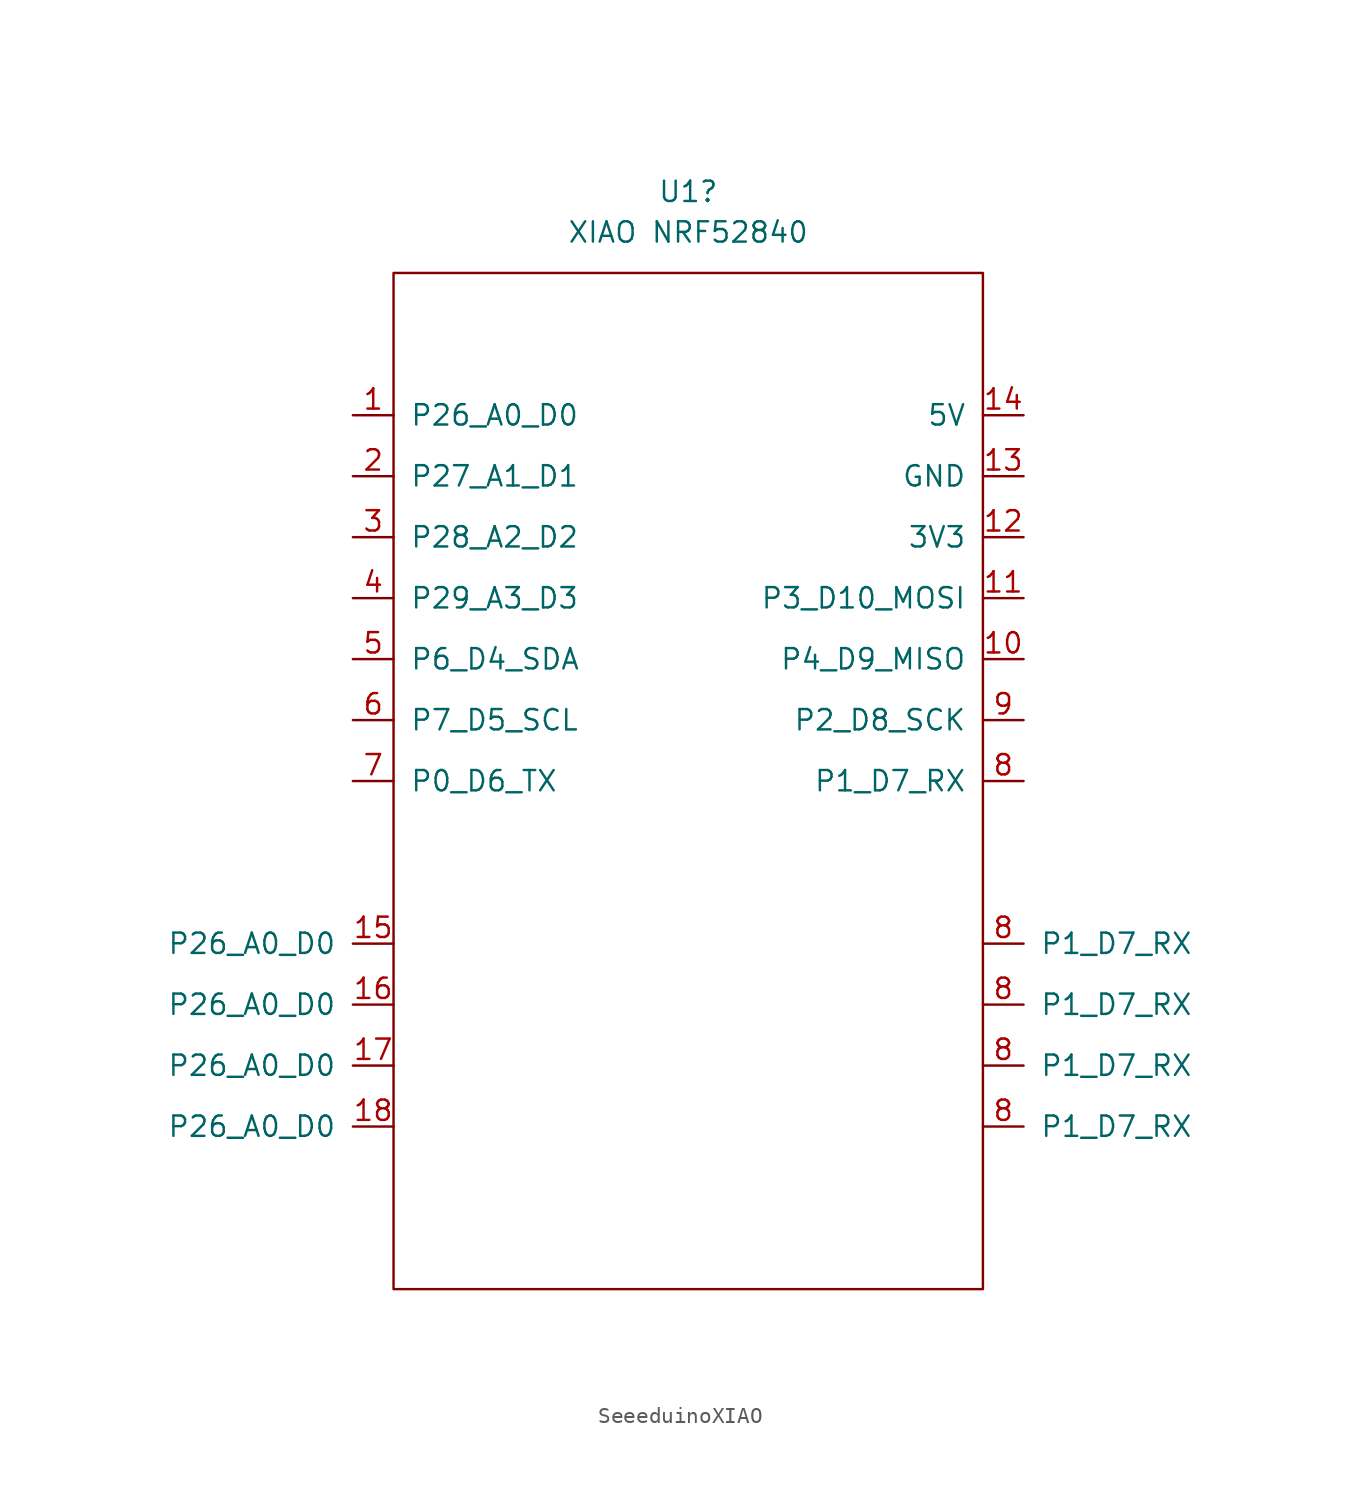
<source format=kicad_sym>
(kicad_symbol_lib
  (version 20211014)
  (generator kicad_symbol_editor)
  (symbol "SeeeduinoXIAO"
    (pin_names
      (offset 1.016))
    (property "Reference" "U1"
      (at -0.635 25.4 0)
      (effects (font (size 1.27 1.27))))
    (property "Value" "XIAO NRF52840"
      (at -0.635 22.86 0)
      (effects (font (size 1.27 1.27))))
    (symbol "SeeeduinoXIAO_0_1"
      (rectangle (start -19.05 20.32) (end 17.78 -43.18) (stroke (width 0) (type default) (color 0 0 0 0)) (fill (type none))))
    (symbol "SeeeduinoXIAO_1_1"
      (pin unspecified line (at -21.59 11.43 0) (length 2.54) (name "P26_A0_D0" (effects (font (size 1.27 1.27)))) (number "1" (effects (font (size 1.27 1.27)))))
      (pin unspecified line (at 20.32 -3.81 180) (length 2.54) (name "P4_D9_MISO" (effects (font (size 1.27 1.27)))) (number "10" (effects (font (size 1.27 1.27)))))
      (pin unspecified line (at 20.32 0 180) (length 2.54) (name "P3_D10_MOSI" (effects (font (size 1.27 1.27)))) (number "11" (effects (font (size 1.27 1.27)))))
      (pin unspecified line (at 20.32 3.81 180) (length 2.54) (name "3V3" (effects (font (size 1.27 1.27)))) (number "12" (effects (font (size 1.27 1.27)))))
      (pin unspecified line (at 20.32 7.62 180) (length 2.54) (name "GND" (effects (font (size 1.27 1.27)))) (number "13" (effects (font (size 1.27 1.27)))))
      (pin unspecified line (at 20.32 11.43 180) (length 2.54) (name "5V" (effects (font (size 1.27 1.27)))) (number "14" (effects (font (size 1.27 1.27)))))
      (pin unspecified line (at -19.05 -21.59 180) (length 2.54) (name "P26_A0_D0" (effects (font (size 1.27 1.27)))) (number "15" (effects (font (size 1.27 1.27)))))
      (pin unspecified line (at -19.05 -25.4 180) (length 2.54) (name "P26_A0_D0" (effects (font (size 1.27 1.27)))) (number "16" (effects (font (size 1.27 1.27)))))
      (pin unspecified line (at -19.05 -29.21 180) (length 2.54) (name "P26_A0_D0" (effects (font (size 1.27 1.27)))) (number "17" (effects (font (size 1.27 1.27)))))
      (pin unspecified line (at -19.05 -33.02 180) (length 2.54) (name "P26_A0_D0" (effects (font (size 1.27 1.27)))) (number "18" (effects (font (size 1.27 1.27)))))
      (pin unspecified line (at -21.59 7.62 0) (length 2.54) (name "P27_A1_D1" (effects (font (size 1.27 1.27)))) (number "2" (effects (font (size 1.27 1.27)))))
      (pin unspecified line (at -21.59 3.81 0) (length 2.54) (name "P28_A2_D2" (effects (font (size 1.27 1.27)))) (number "3" (effects (font (size 1.27 1.27)))))
      (pin unspecified line (at -21.59 0 0) (length 2.54) (name "P29_A3_D3" (effects (font (size 1.27 1.27)))) (number "4" (effects (font (size 1.27 1.27)))))
      (pin unspecified line (at -21.59 -3.81 0) (length 2.54) (name "P6_D4_SDA" (effects (font (size 1.27 1.27)))) (number "5" (effects (font (size 1.27 1.27)))))
      (pin unspecified line (at -21.59 -7.62 0) (length 2.54) (name "P7_D5_SCL" (effects (font (size 1.27 1.27)))) (number "6" (effects (font (size 1.27 1.27)))))
      (pin unspecified line (at -21.59 -11.43 0) (length 2.54) (name "P0_D6_TX" (effects (font (size 1.27 1.27)))) (number "7" (effects (font (size 1.27 1.27)))))
      (pin unspecified line (at 17.78 -33.02 0) (length 2.54) (name "P1_D7_RX" (effects (font (size 1.27 1.27)))) (number "8" (effects (font (size 1.27 1.27)))))
      (pin unspecified line (at 17.78 -29.21 0) (length 2.54) (name "P1_D7_RX" (effects (font (size 1.27 1.27)))) (number "8" (effects (font (size 1.27 1.27)))))
      (pin unspecified line (at 17.78 -25.4 0) (length 2.54) (name "P1_D7_RX" (effects (font (size 1.27 1.27)))) (number "8" (effects (font (size 1.27 1.27)))))
      (pin unspecified line (at 17.78 -21.59 0) (length 2.54) (name "P1_D7_RX" (effects (font (size 1.27 1.27)))) (number "8" (effects (font (size 1.27 1.27)))))
      (pin unspecified line (at 20.32 -11.43 180) (length 2.54) (name "P1_D7_RX" (effects (font (size 1.27 1.27)))) (number "8" (effects (font (size 1.27 1.27)))))
      (pin unspecified line (at 20.32 -7.62 180) (length 2.54) (name "P2_D8_SCK" (effects (font (size 1.27 1.27)))) (number "9" (effects (font (size 1.27 1.27))))))))
</source>
